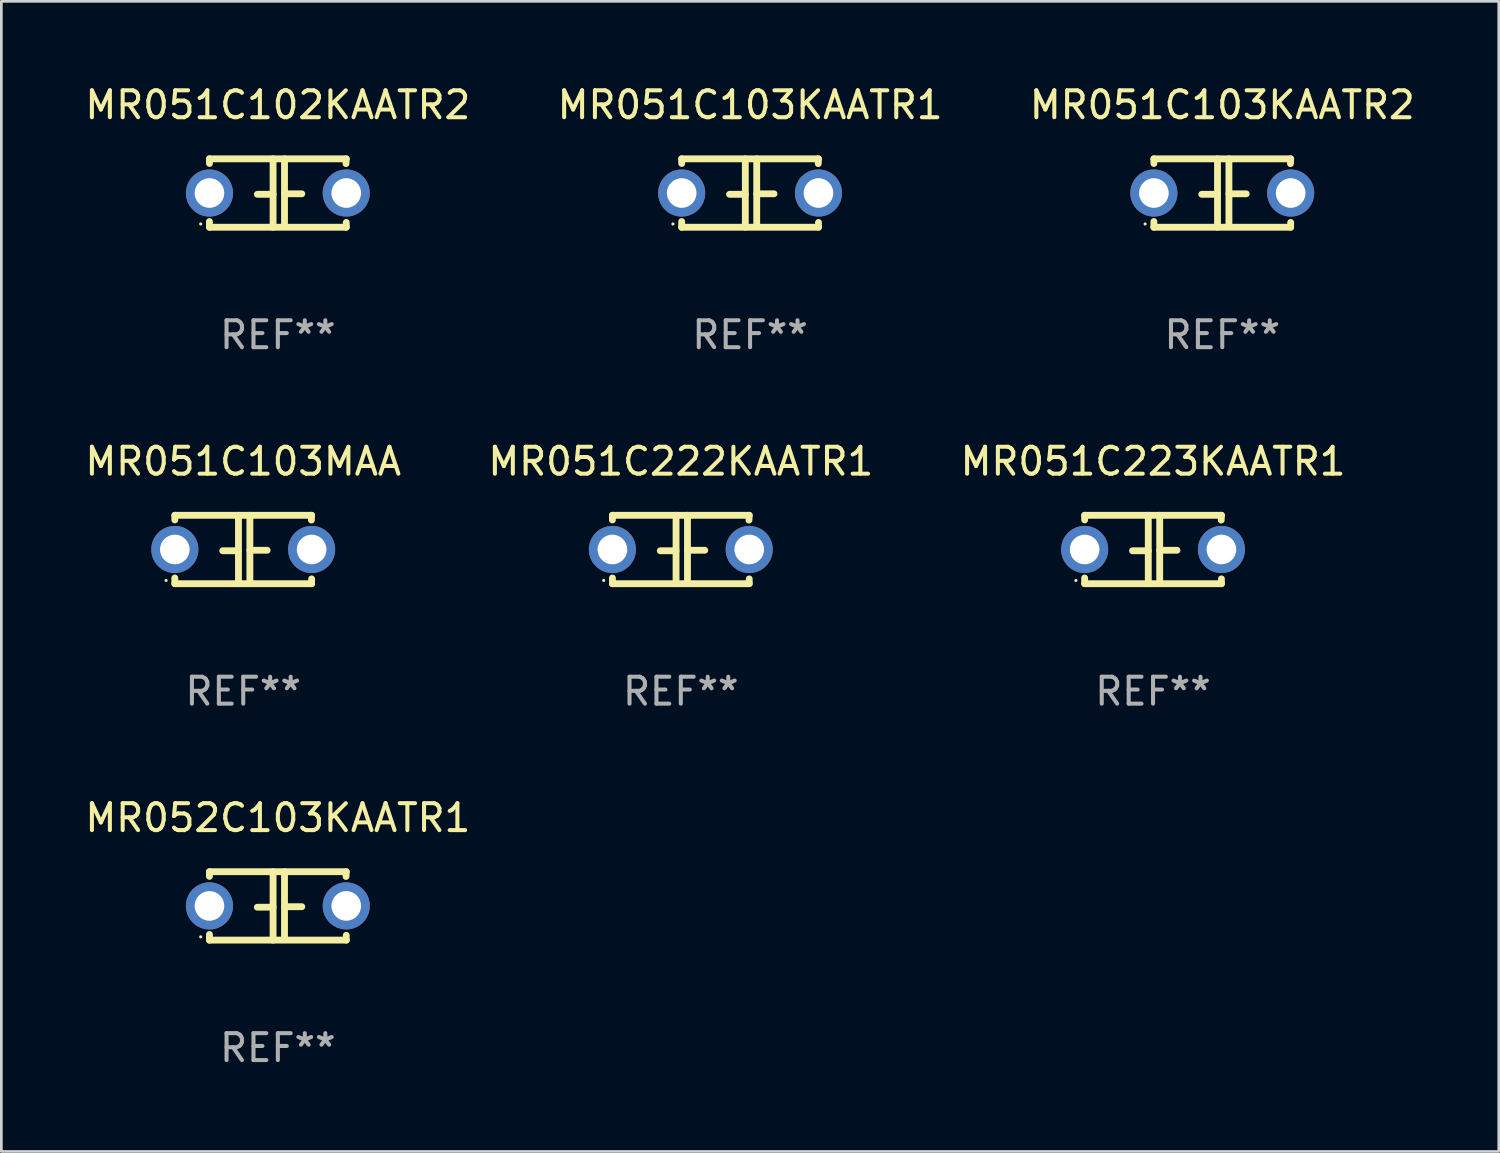
<source format=kicad_pcb>
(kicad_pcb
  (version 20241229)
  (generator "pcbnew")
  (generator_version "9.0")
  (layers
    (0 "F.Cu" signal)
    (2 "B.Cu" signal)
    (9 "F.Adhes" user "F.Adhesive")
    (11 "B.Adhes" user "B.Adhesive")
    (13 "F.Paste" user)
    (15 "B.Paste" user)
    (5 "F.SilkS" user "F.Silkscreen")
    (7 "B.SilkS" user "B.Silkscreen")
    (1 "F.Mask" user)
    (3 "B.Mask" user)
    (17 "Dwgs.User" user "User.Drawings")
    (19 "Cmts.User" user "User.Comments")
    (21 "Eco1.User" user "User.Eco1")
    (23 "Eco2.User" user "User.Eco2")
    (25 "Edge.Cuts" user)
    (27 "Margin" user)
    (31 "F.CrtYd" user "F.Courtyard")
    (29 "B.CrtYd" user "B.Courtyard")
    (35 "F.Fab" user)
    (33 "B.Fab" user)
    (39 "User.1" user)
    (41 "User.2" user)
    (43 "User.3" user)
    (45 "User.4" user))
  (footprint "MR051C103MAA"
    (layer "F.Cu")
    (at 5.982 17.355)
    (property "Reference" "MR051C103MAA" (at 0 -3.27 0) (layer "F.SilkS") (effects (font (size 1 1) (thickness 0.15))))
    (attr through_hole)
    (fp_line (start -2.54 -1.27) (end 2.54 -1.27) (stroke (width 0.254) (type solid)) (layer "F.SilkS"))
    (fp_line (start -2.54 -1.097) (end -2.54 -1.27) (stroke (width 0.254) (type solid)) (layer "F.SilkS"))
    (fp_line (start -2.54 1.27) (end -2.54 1.059) (stroke (width 0.254) (type solid)) (layer "F.SilkS"))
    (fp_line (start -0.177 -1.27) (end -0.177 1.27) (stroke (width 0.254) (type solid)) (layer "F.SilkS"))
    (fp_line (start -0.177 0.048) (end -0.762 0.048) (stroke (width 0.254) (type solid)) (layer "F.SilkS"))
    (fp_line (start 0.247 -1.27) (end 0.247 1.143) (stroke (width 0.254) (type solid)) (layer "F.SilkS"))
    (fp_line (start 0.247 0.029) (end 0.889 0.029) (stroke (width 0.254) (type solid)) (layer "F.SilkS"))
    (fp_line (start 2.54 -1.27) (end 2.531 -1.092) (stroke (width 0.254) (type solid)) (layer "F.SilkS"))
    (fp_line (start 2.54 1.092) (end 2.54 1.27) (stroke (width 0.254) (type solid)) (layer "F.SilkS"))
    (fp_line (start 2.54 1.27) (end -2.54 1.27) (stroke (width 0.254) (type solid)) (layer "F.SilkS"))
    (fp_circle (center -2.865 1.15) (end -2.835 1.15) (stroke (width 0.06) (type solid)) (fill no) (layer "F.SilkS"))
    (fp_text user "REF**" (at 0 5.27 0) (layer "F.Fab") (effects (font (size 1 1) (thickness 0.15))))
    (pad "1" thru_hole circle (at -2.54 0) (size 1.75 1.75) (drill 1.1) (layers "*.Cu" "*.Mask"))
    (pad "2" thru_hole circle (at 2.54 0) (size 1.75 1.75) (drill 1.1) (layers "*.Cu" "*.Mask")))
  (footprint "MR051C103KAATR2"
    (layer "F.Cu")
    (at 42.339 4.118)
    (property "Reference" "MR051C103KAATR2" (at 0 -3.27 0) (layer "F.SilkS") (effects (font (size 1 1) (thickness 0.15))))
    (attr through_hole)
    (fp_line (start -2.54 -1.27) (end 2.54 -1.27) (stroke (width 0.254) (type solid)) (layer "F.SilkS"))
    (fp_line (start -2.54 -1.097) (end -2.54 -1.27) (stroke (width 0.254) (type solid)) (layer "F.SilkS"))
    (fp_line (start -2.54 1.27) (end -2.54 1.059) (stroke (width 0.254) (type solid)) (layer "F.SilkS"))
    (fp_line (start -0.177 -1.27) (end -0.177 1.27) (stroke (width 0.254) (type solid)) (layer "F.SilkS"))
    (fp_line (start -0.177 0.048) (end -0.762 0.048) (stroke (width 0.254) (type solid)) (layer "F.SilkS"))
    (fp_line (start 0.247 -1.27) (end 0.247 1.143) (stroke (width 0.254) (type solid)) (layer "F.SilkS"))
    (fp_line (start 0.247 0.029) (end 0.889 0.029) (stroke (width 0.254) (type solid)) (layer "F.SilkS"))
    (fp_line (start 2.54 -1.27) (end 2.531 -1.092) (stroke (width 0.254) (type solid)) (layer "F.SilkS"))
    (fp_line (start 2.54 1.092) (end 2.54 1.27) (stroke (width 0.254) (type solid)) (layer "F.SilkS"))
    (fp_line (start 2.54 1.27) (end -2.54 1.27) (stroke (width 0.254) (type solid)) (layer "F.SilkS"))
    (fp_circle (center -2.865 1.15) (end -2.835 1.15) (stroke (width 0.06) (type solid)) (fill no) (layer "F.SilkS"))
    (fp_text user "REF**" (at 0 5.27 0) (layer "F.Fab") (effects (font (size 1 1) (thickness 0.15))))
    (pad "1" thru_hole circle (at -2.54 0) (size 1.75 1.75) (drill 1.1) (layers "*.Cu" "*.Mask"))
    (pad "2" thru_hole circle (at 2.54 0) (size 1.75 1.75) (drill 1.1) (layers "*.Cu" "*.Mask")))
  (footprint "MR051C222KAATR1"
    (layer "F.Cu")
    (at 22.232 17.355)
    (property "Reference" "MR051C222KAATR1" (at 0 -3.27 0) (layer "F.SilkS") (effects (font (size 1 1) (thickness 0.15))))
    (attr through_hole)
    (fp_line (start -2.54 -1.27) (end 2.54 -1.27) (stroke (width 0.254) (type solid)) (layer "F.SilkS"))
    (fp_line (start -2.54 -1.097) (end -2.54 -1.27) (stroke (width 0.254) (type solid)) (layer "F.SilkS"))
    (fp_line (start -2.54 1.27) (end -2.54 1.059) (stroke (width 0.254) (type solid)) (layer "F.SilkS"))
    (fp_line (start -0.177 -1.27) (end -0.177 1.27) (stroke (width 0.254) (type solid)) (layer "F.SilkS"))
    (fp_line (start -0.177 0.048) (end -0.762 0.048) (stroke (width 0.254) (type solid)) (layer "F.SilkS"))
    (fp_line (start 0.247 -1.27) (end 0.247 1.143) (stroke (width 0.254) (type solid)) (layer "F.SilkS"))
    (fp_line (start 0.247 0.029) (end 0.889 0.029) (stroke (width 0.254) (type solid)) (layer "F.SilkS"))
    (fp_line (start 2.54 -1.27) (end 2.531 -1.092) (stroke (width 0.254) (type solid)) (layer "F.SilkS"))
    (fp_line (start 2.54 1.092) (end 2.54 1.27) (stroke (width 0.254) (type solid)) (layer "F.SilkS"))
    (fp_line (start 2.54 1.27) (end -2.54 1.27) (stroke (width 0.254) (type solid)) (layer "F.SilkS"))
    (fp_circle (center -2.865 1.15) (end -2.835 1.15) (stroke (width 0.06) (type solid)) (fill no) (layer "F.SilkS"))
    (fp_text user "REF**" (at 0 5.27 0) (layer "F.Fab") (effects (font (size 1 1) (thickness 0.15))))
    (pad "1" thru_hole circle (at -2.54 0) (size 1.75 1.75) (drill 1.1) (layers "*.Cu" "*.Mask"))
    (pad "2" thru_hole circle (at 2.54 0) (size 1.75 1.75) (drill 1.1) (layers "*.Cu" "*.Mask")))
  (footprint "MR051C102KAATR2"
    (layer "F.Cu")
    (at 7.268 4.118)
    (property "Reference" "MR051C102KAATR2" (at 0 -3.27 0) (layer "F.SilkS") (effects (font (size 1 1) (thickness 0.15))))
    (attr through_hole)
    (fp_line (start -2.54 -1.27) (end 2.54 -1.27) (stroke (width 0.254) (type solid)) (layer "F.SilkS"))
    (fp_line (start -2.54 -1.097) (end -2.54 -1.27) (stroke (width 0.254) (type solid)) (layer "F.SilkS"))
    (fp_line (start -2.54 1.27) (end -2.54 1.059) (stroke (width 0.254) (type solid)) (layer "F.SilkS"))
    (fp_line (start -0.177 -1.27) (end -0.177 1.27) (stroke (width 0.254) (type solid)) (layer "F.SilkS"))
    (fp_line (start -0.177 0.048) (end -0.762 0.048) (stroke (width 0.254) (type solid)) (layer "F.SilkS"))
    (fp_line (start 0.247 -1.27) (end 0.247 1.143) (stroke (width 0.254) (type solid)) (layer "F.SilkS"))
    (fp_line (start 0.247 0.029) (end 0.889 0.029) (stroke (width 0.254) (type solid)) (layer "F.SilkS"))
    (fp_line (start 2.54 -1.27) (end 2.531 -1.092) (stroke (width 0.254) (type solid)) (layer "F.SilkS"))
    (fp_line (start 2.54 1.092) (end 2.54 1.27) (stroke (width 0.254) (type solid)) (layer "F.SilkS"))
    (fp_line (start 2.54 1.27) (end -2.54 1.27) (stroke (width 0.254) (type solid)) (layer "F.SilkS"))
    (fp_circle (center -2.865 1.15) (end -2.835 1.15) (stroke (width 0.06) (type solid)) (fill no) (layer "F.SilkS"))
    (fp_text user "REF**" (at 0 5.27 0) (layer "F.Fab") (effects (font (size 1 1) (thickness 0.15))))
    (pad "1" thru_hole circle (at -2.54 0) (size 1.75 1.75) (drill 1.1) (layers "*.Cu" "*.Mask"))
    (pad "2" thru_hole circle (at 2.54 0) (size 1.75 1.75) (drill 1.1) (layers "*.Cu" "*.Mask")))
  (footprint "MR051C103KAATR1"
    (layer "F.Cu")
    (at 24.804 4.118)
    (property "Reference" "MR051C103KAATR1" (at 0 -3.27 0) (layer "F.SilkS") (effects (font (size 1 1) (thickness 0.15))))
    (attr through_hole)
    (fp_line (start -2.54 -1.27) (end 2.54 -1.27) (stroke (width 0.254) (type solid)) (layer "F.SilkS"))
    (fp_line (start -2.54 -1.097) (end -2.54 -1.27) (stroke (width 0.254) (type solid)) (layer "F.SilkS"))
    (fp_line (start -2.54 1.27) (end -2.54 1.059) (stroke (width 0.254) (type solid)) (layer "F.SilkS"))
    (fp_line (start -0.177 -1.27) (end -0.177 1.27) (stroke (width 0.254) (type solid)) (layer "F.SilkS"))
    (fp_line (start -0.177 0.048) (end -0.762 0.048) (stroke (width 0.254) (type solid)) (layer "F.SilkS"))
    (fp_line (start 0.247 -1.27) (end 0.247 1.143) (stroke (width 0.254) (type solid)) (layer "F.SilkS"))
    (fp_line (start 0.247 0.029) (end 0.889 0.029) (stroke (width 0.254) (type solid)) (layer "F.SilkS"))
    (fp_line (start 2.54 -1.27) (end 2.531 -1.092) (stroke (width 0.254) (type solid)) (layer "F.SilkS"))
    (fp_line (start 2.54 1.092) (end 2.54 1.27) (stroke (width 0.254) (type solid)) (layer "F.SilkS"))
    (fp_line (start 2.54 1.27) (end -2.54 1.27) (stroke (width 0.254) (type solid)) (layer "F.SilkS"))
    (fp_circle (center -2.865 1.15) (end -2.835 1.15) (stroke (width 0.06) (type solid)) (fill no) (layer "F.SilkS"))
    (fp_text user "REF**" (at 0 5.27 0) (layer "F.Fab") (effects (font (size 1 1) (thickness 0.15))))
    (pad "1" thru_hole circle (at -2.54 0) (size 1.75 1.75) (drill 1.1) (layers "*.Cu" "*.Mask"))
    (pad "2" thru_hole circle (at 2.54 0) (size 1.75 1.75) (drill 1.1) (layers "*.Cu" "*.Mask")))
  (footprint "MR052C103KAATR1"
    (layer "F.Cu")
    (at 7.268 30.591)
    (property "Reference" "MR052C103KAATR1" (at 0 -3.27 0) (layer "F.SilkS") (effects (font (size 1 1) (thickness 0.15))))
    (attr through_hole)
    (fp_line (start -2.54 -1.27) (end 2.54 -1.27) (stroke (width 0.254) (type solid)) (layer "F.SilkS"))
    (fp_line (start -2.54 -1.097) (end -2.54 -1.27) (stroke (width 0.254) (type solid)) (layer "F.SilkS"))
    (fp_line (start -2.54 1.27) (end -2.54 1.059) (stroke (width 0.254) (type solid)) (layer "F.SilkS"))
    (fp_line (start -0.177 -1.27) (end -0.177 1.27) (stroke (width 0.254) (type solid)) (layer "F.SilkS"))
    (fp_line (start -0.177 0.048) (end -0.762 0.048) (stroke (width 0.254) (type solid)) (layer "F.SilkS"))
    (fp_line (start 0.247 -1.27) (end 0.247 1.143) (stroke (width 0.254) (type solid)) (layer "F.SilkS"))
    (fp_line (start 0.247 0.029) (end 0.889 0.029) (stroke (width 0.254) (type solid)) (layer "F.SilkS"))
    (fp_line (start 2.54 -1.27) (end 2.531 -1.092) (stroke (width 0.254) (type solid)) (layer "F.SilkS"))
    (fp_line (start 2.54 1.092) (end 2.54 1.27) (stroke (width 0.254) (type solid)) (layer "F.SilkS"))
    (fp_line (start 2.54 1.27) (end -2.54 1.27) (stroke (width 0.254) (type solid)) (layer "F.SilkS"))
    (fp_circle (center -2.865 1.15) (end -2.835 1.15) (stroke (width 0.06) (type solid)) (fill no) (layer "F.SilkS"))
    (fp_text user "REF**" (at 0 5.27 0) (layer "F.Fab") (effects (font (size 1 1) (thickness 0.15))))
    (pad "1" thru_hole circle (at -2.54 0) (size 1.75 1.75) (drill 1.1) (layers "*.Cu" "*.Mask"))
    (pad "2" thru_hole circle (at 2.54 0) (size 1.75 1.75) (drill 1.1) (layers "*.Cu" "*.Mask")))
  (footprint "MR051C223KAATR1"
    (layer "F.Cu")
    (at 39.768 17.355)
    (property "Reference" "MR051C223KAATR1" (at 0 -3.27 0) (layer "F.SilkS") (effects (font (size 1 1) (thickness 0.15))))
    (attr through_hole)
    (fp_line (start -2.54 -1.27) (end 2.54 -1.27) (stroke (width 0.254) (type solid)) (layer "F.SilkS"))
    (fp_line (start -2.54 -1.097) (end -2.54 -1.27) (stroke (width 0.254) (type solid)) (layer "F.SilkS"))
    (fp_line (start -2.54 1.27) (end -2.54 1.059) (stroke (width 0.254) (type solid)) (layer "F.SilkS"))
    (fp_line (start -0.177 -1.27) (end -0.177 1.27) (stroke (width 0.254) (type solid)) (layer "F.SilkS"))
    (fp_line (start -0.177 0.048) (end -0.762 0.048) (stroke (width 0.254) (type solid)) (layer "F.SilkS"))
    (fp_line (start 0.247 -1.27) (end 0.247 1.143) (stroke (width 0.254) (type solid)) (layer "F.SilkS"))
    (fp_line (start 0.247 0.029) (end 0.889 0.029) (stroke (width 0.254) (type solid)) (layer "F.SilkS"))
    (fp_line (start 2.54 -1.27) (end 2.531 -1.092) (stroke (width 0.254) (type solid)) (layer "F.SilkS"))
    (fp_line (start 2.54 1.092) (end 2.54 1.27) (stroke (width 0.254) (type solid)) (layer "F.SilkS"))
    (fp_line (start 2.54 1.27) (end -2.54 1.27) (stroke (width 0.254) (type solid)) (layer "F.SilkS"))
    (fp_circle (center -2.865 1.15) (end -2.835 1.15) (stroke (width 0.06) (type solid)) (fill no) (layer "F.SilkS"))
    (fp_text user "REF**" (at 0 5.27 0) (layer "F.Fab") (effects (font (size 1 1) (thickness 0.15))))
    (pad "1" thru_hole circle (at -2.54 0) (size 1.75 1.75) (drill 1.1) (layers "*.Cu" "*.Mask"))
    (pad "2" thru_hole circle (at 2.54 0) (size 1.75 1.75) (drill 1.1) (layers "*.Cu" "*.Mask")))
  (gr_rect
    (start -3 -3)
    (end 52.607 39.71)
    (stroke (width 0.1) (type default))
    (fill no)
    (layer "Edge.Cuts")))
</source>
